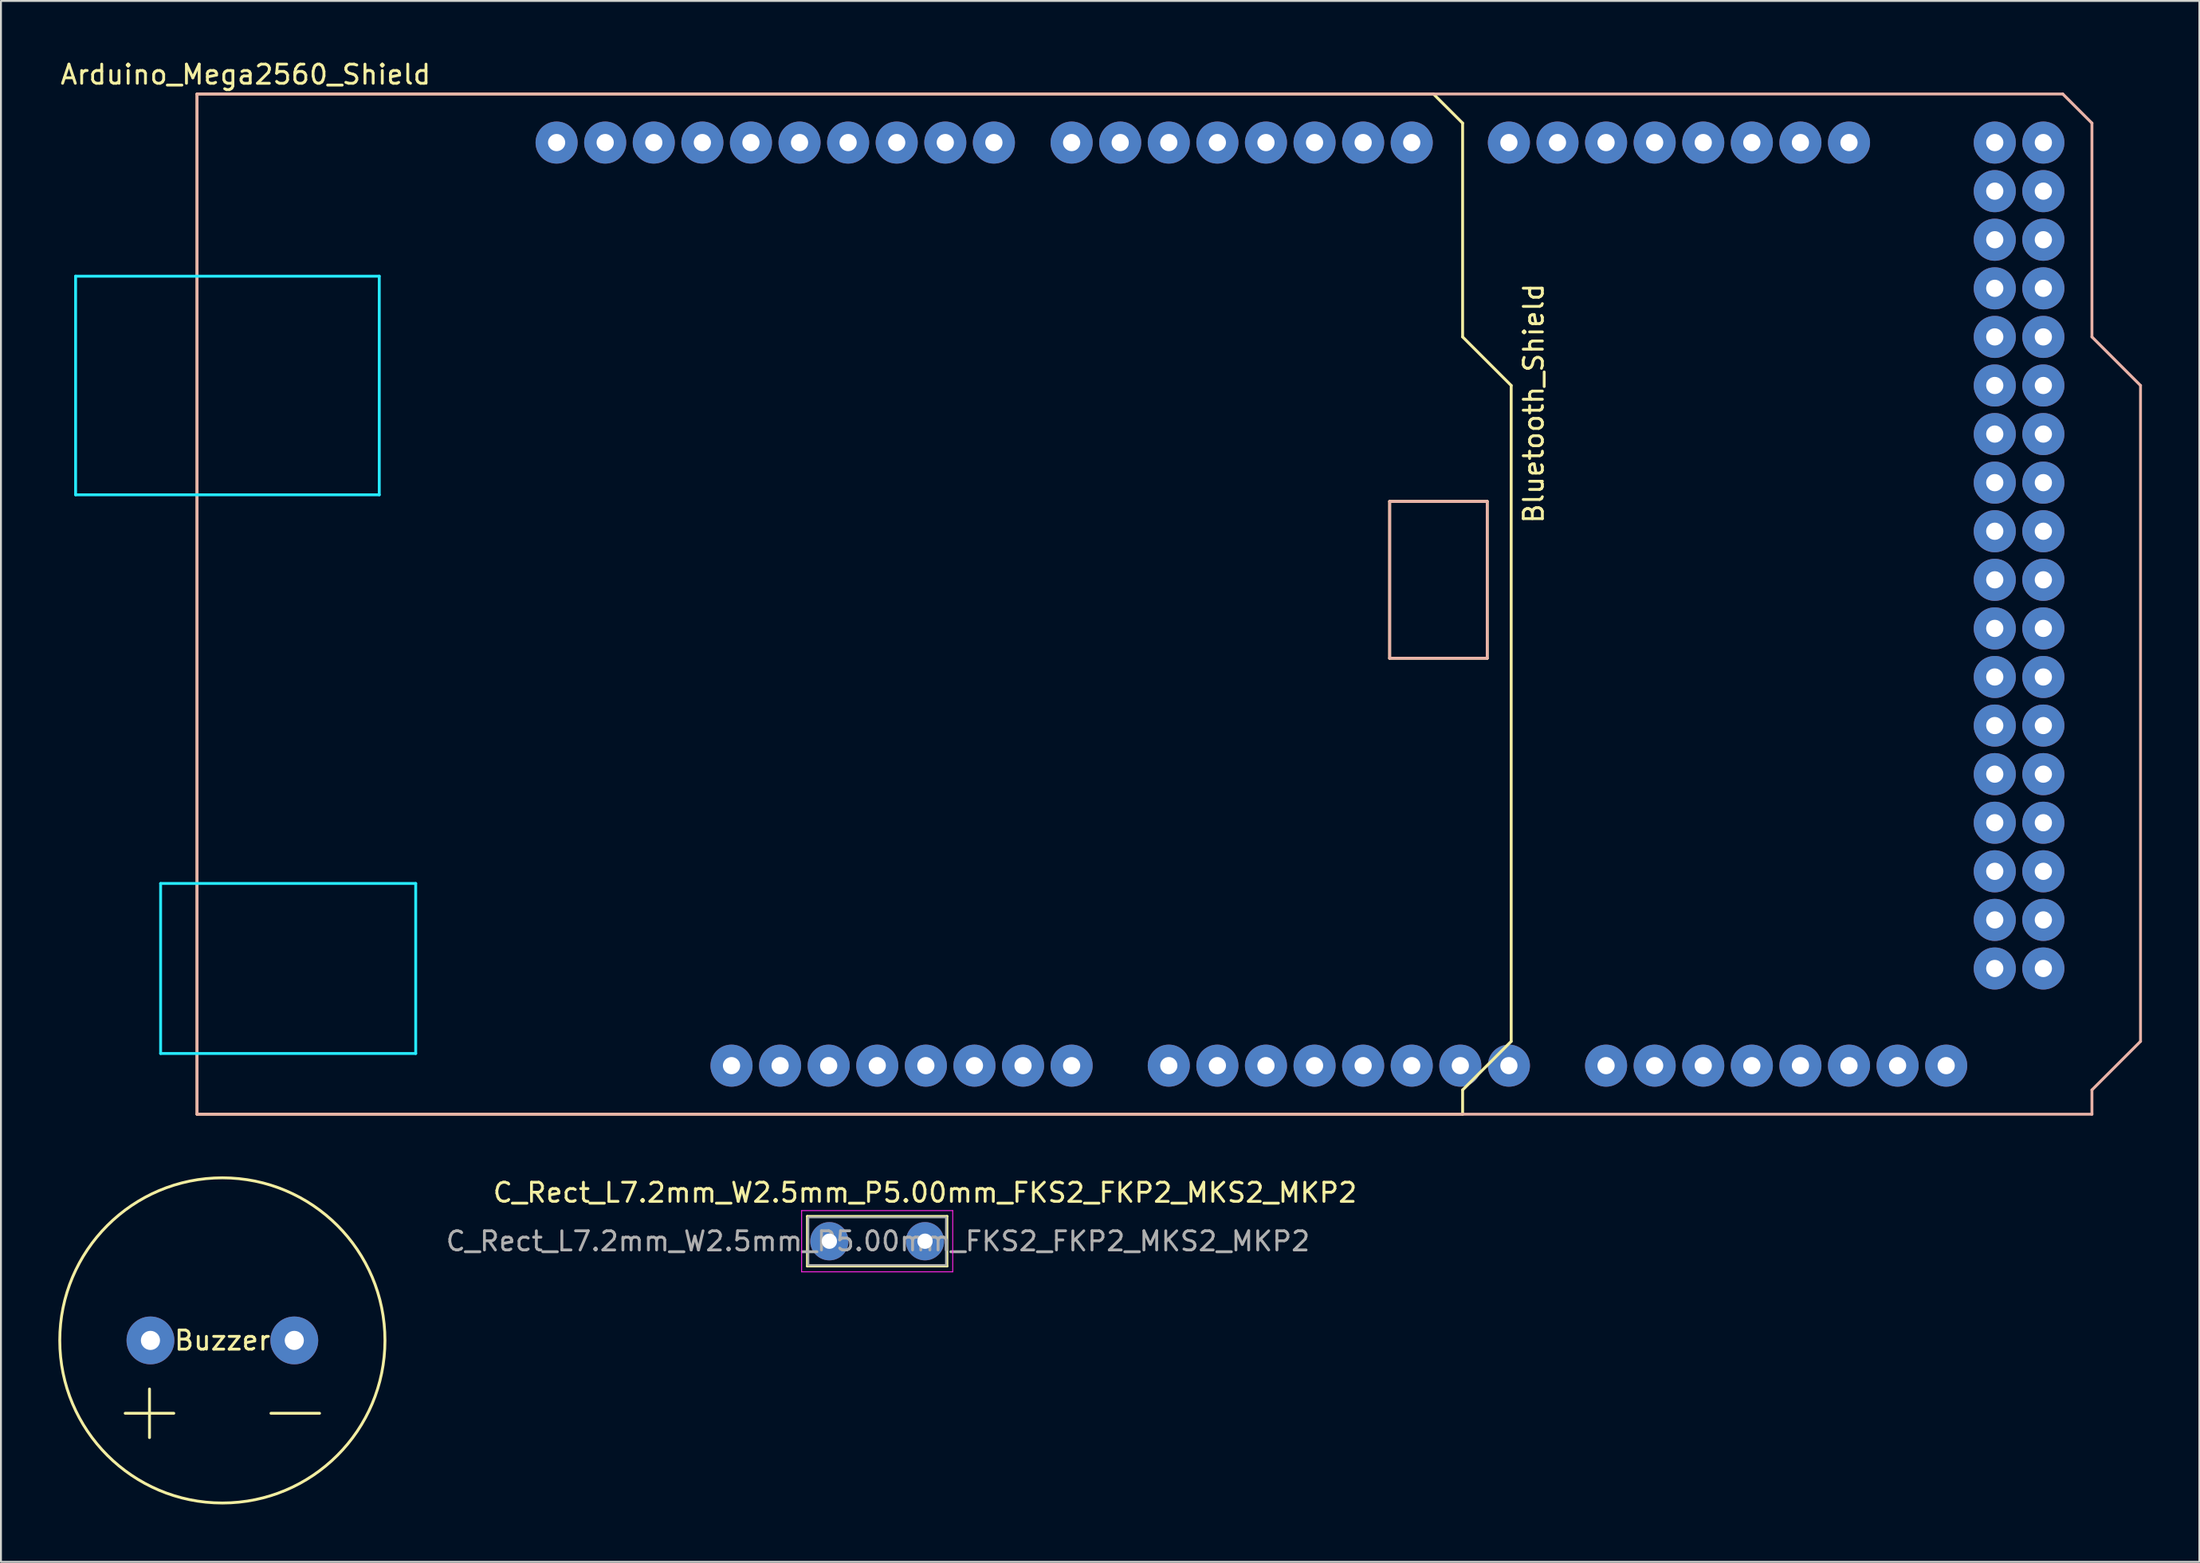
<source format=kicad_pcb>
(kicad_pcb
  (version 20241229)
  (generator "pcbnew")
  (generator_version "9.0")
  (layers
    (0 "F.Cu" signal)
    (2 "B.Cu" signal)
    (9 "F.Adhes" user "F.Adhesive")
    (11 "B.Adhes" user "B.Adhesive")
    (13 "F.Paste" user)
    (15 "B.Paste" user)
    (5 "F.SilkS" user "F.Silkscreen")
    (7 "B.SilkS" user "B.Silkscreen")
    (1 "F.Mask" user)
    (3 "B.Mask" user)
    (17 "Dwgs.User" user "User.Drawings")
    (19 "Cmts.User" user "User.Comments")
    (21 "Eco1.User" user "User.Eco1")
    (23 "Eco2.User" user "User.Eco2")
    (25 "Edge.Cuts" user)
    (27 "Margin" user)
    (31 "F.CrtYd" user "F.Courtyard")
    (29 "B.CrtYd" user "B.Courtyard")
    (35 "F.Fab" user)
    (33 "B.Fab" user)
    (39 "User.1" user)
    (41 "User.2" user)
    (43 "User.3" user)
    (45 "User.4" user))
  (footprint "C_Rect_L7.2mm_W2.5mm_P5.00mm_FKS2_FKP2_MKS2_MKP2"
    (placed yes)
    (layer "F.Cu")
    (at 45.307 61.843)
    (property "Reference" "C_Rect_L7.2mm_W2.5mm_P5.00mm_FKS2_FKP2_MKS2_MKP2" (at 0 -2.54 0) (layer "F.SilkS") (effects (font (size 1 1) (thickness 0.15))))
    (attr through_hole)
    (fp_line (start -6.16 -1.31) (end -6.16 1.31) (stroke (width 0.12) (type solid)) (layer "F.SilkS"))
    (fp_line (start -6.16 -1.31) (end 1.16 -1.31) (stroke (width 0.12) (type solid)) (layer "F.SilkS"))
    (fp_line (start -6.16 1.31) (end 1.16 1.31) (stroke (width 0.12) (type solid)) (layer "F.SilkS"))
    (fp_line (start 1.16 -1.31) (end 1.16 1.31) (stroke (width 0.12) (type solid)) (layer "F.SilkS"))
    (fp_line (start -6.45 -1.6) (end -6.45 1.6) (stroke (width 0.05) (type solid)) (layer "F.CrtYd"))
    (fp_line (start -6.45 1.6) (end 1.45 1.6) (stroke (width 0.05) (type solid)) (layer "F.CrtYd"))
    (fp_line (start 1.45 -1.6) (end -6.45 -1.6) (stroke (width 0.05) (type solid)) (layer "F.CrtYd"))
    (fp_line (start 1.45 1.6) (end 1.45 -1.6) (stroke (width 0.05) (type solid)) (layer "F.CrtYd"))
    (fp_line (start -6.1 -1.25) (end -6.1 1.25) (stroke (width 0.1) (type solid)) (layer "F.Fab"))
    (fp_line (start -6.1 1.25) (end 1.1 1.25) (stroke (width 0.1) (type solid)) (layer "F.Fab"))
    (fp_line (start 1.1 -1.25) (end -6.1 -1.25) (stroke (width 0.1) (type solid)) (layer "F.Fab"))
    (fp_line (start 1.1 1.25) (end 1.1 -1.25) (stroke (width 0.1) (type solid)) (layer "F.Fab"))
    (fp_text user "${REFERENCE}" (at -2.46 0 0) (layer "F.Fab") (effects (font (size 1 1) (thickness 0.15))))
    (pad "1" thru_hole circle (at -5 0) (size 2 2) (drill 0.8) (layers "*.Cu" "*.Mask"))
    (pad "2" thru_hole circle (at 0 0) (size 2 2) (drill 0.8) (layers "*.Cu" "*.Mask")))
  (footprint "Buzzer"
    (layer "F.Cu")
    (at 8.575 67.029)
    (property "Reference" "Buzzer" (at 0 0 0) (layer "F.SilkS") (effects (font (size 1 1) (thickness 0.15))))
    (attr through_hole)
    (fp_line (start -5.08 3.81) (end -2.54 3.81) (stroke (width 0.15) (type solid)) (layer "F.SilkS"))
    (fp_line (start -3.81 2.54) (end -3.81 5.08) (stroke (width 0.15) (type solid)) (layer "F.SilkS"))
    (fp_line (start 2.54 3.81) (end 5.08 3.81) (stroke (width 0.15) (type solid)) (layer "F.SilkS"))
    (fp_circle (center 0 0) (end -8.5 0.05) (stroke (width 0.15) (type solid)) (fill no) (layer "F.SilkS"))
    (pad "1" thru_hole circle (at -3.76 0) (size 2.5 2.5) (drill 1) (layers "*.Cu" "*.Mask"))
    (pad "2" thru_hole circle (at 3.76 0) (size 2.5 2.5) (drill 1) (layers "*.Cu" "*.Mask")))
  (footprint "Arduino_Mega2560_Shield"
    (layer "F.Cu")
    (at 7.252 55.204)
    (property "Reference" "Arduino_Mega2560_Shield" (at 2.54 -54.356 0) (layer "F.SilkS") (effects (font (size 1 1) (thickness 0.15))))
    (attr through_hole)
    (fp_line (start 0 -53.34) (end 0 0) (stroke (width 0.15) (type solid)) (layer "F.SilkS"))
    (fp_line (start 62.347 -32.04) (end 67.447 -32.04) (stroke (width 0.15) (type solid)) (layer "F.SilkS"))
    (fp_line (start 62.347 -23.84) (end 62.347 -32.04) (stroke (width 0.15) (type solid)) (layer "F.SilkS"))
    (fp_line (start 62.347 -23.84) (end 67.447 -23.84) (stroke (width 0.15) (type solid)) (layer "F.SilkS"))
    (fp_line (start 64.636 -53.34) (end 0 -53.34) (stroke (width 0.15) (type solid)) (layer "F.SilkS"))
    (fp_line (start 64.636 -53.34) (end 66.16 -51.816) (stroke (width 0.15) (type solid)) (layer "F.SilkS"))
    (fp_line (start 66.16 -40.64) (end 66.16 -51.816) (stroke (width 0.15) (type solid)) (layer "F.SilkS"))
    (fp_line (start 66.16 -1.27) (end 68.7 -3.81) (stroke (width 0.15) (type solid)) (layer "F.SilkS"))
    (fp_line (start 66.16 0) (end 0 0) (stroke (width 0.15) (type solid)) (layer "F.SilkS"))
    (fp_line (start 66.16 0) (end 66.16 -1.27) (stroke (width 0.15) (type solid)) (layer "F.SilkS"))
    (fp_line (start 67.447 -23.84) (end 67.447 -32.04) (stroke (width 0.15) (type solid)) (layer "F.SilkS"))
    (fp_line (start 68.7 -38.1) (end 66.16 -40.64) (stroke (width 0.15) (type solid)) (layer "F.SilkS"))
    (fp_line (start 68.7 -3.81) (end 68.7 -38.1) (stroke (width 0.15) (type solid)) (layer "F.SilkS"))
    (fp_line (start 0 -53.34) (end 97.536 -53.34) (stroke (width 0.15) (type solid)) (layer "B.SilkS"))
    (fp_line (start 0 0) (end 0 -53.34) (stroke (width 0.15) (type solid)) (layer "B.SilkS"))
    (fp_line (start 0 0) (end 99.06 0) (stroke (width 0.15) (type solid)) (layer "B.SilkS"))
    (fp_line (start 62.347 -32.04) (end 67.447 -32.04) (stroke (width 0.15) (type solid)) (layer "B.SilkS"))
    (fp_line (start 62.347 -23.84) (end 62.347 -32.04) (stroke (width 0.15) (type solid)) (layer "B.SilkS"))
    (fp_line (start 62.347 -23.84) (end 67.447 -23.84) (stroke (width 0.15) (type solid)) (layer "B.SilkS"))
    (fp_line (start 67.447 -23.84) (end 67.447 -32.04) (stroke (width 0.15) (type solid)) (layer "B.SilkS"))
    (fp_line (start 97.536 -53.34) (end 99.06 -51.816) (stroke (width 0.15) (type solid)) (layer "B.SilkS"))
    (fp_line (start 99.06 -40.64) (end 99.06 -51.816) (stroke (width 0.15) (type solid)) (layer "B.SilkS"))
    (fp_line (start 99.06 -1.27) (end 101.6 -3.81) (stroke (width 0.15) (type solid)) (layer "B.SilkS"))
    (fp_line (start 99.06 0) (end 99.06 -1.27) (stroke (width 0.15) (type solid)) (layer "B.SilkS"))
    (fp_line (start 101.6 -38.1) (end 99.06 -40.64) (stroke (width 0.15) (type solid)) (layer "B.SilkS"))
    (fp_line (start 101.6 -3.81) (end 101.6 -38.1) (stroke (width 0.15) (type solid)) (layer "B.SilkS"))
    (fp_line (start -6.35 -43.815) (end -6.35 -32.385) (stroke (width 0.15) (type solid)) (layer "B.CrtYd"))
    (fp_line (start -1.905 -12.065) (end -1.905 -3.175) (stroke (width 0.15) (type solid)) (layer "B.CrtYd"))
    (fp_line (start -1.905 -12.065) (end 11.43 -12.065) (stroke (width 0.15) (type solid)) (layer "B.CrtYd"))
    (fp_line (start -1.905 -3.175) (end 11.43 -3.175) (stroke (width 0.15) (type solid)) (layer "B.CrtYd"))
    (fp_line (start 9.525 -43.815) (end -6.35 -43.815) (stroke (width 0.15) (type solid)) (layer "B.CrtYd"))
    (fp_line (start 9.525 -43.815) (end 9.525 -32.385) (stroke (width 0.15) (type solid)) (layer "B.CrtYd"))
    (fp_line (start 9.525 -32.385) (end -6.35 -32.385) (stroke (width 0.15) (type solid)) (layer "B.CrtYd"))
    (fp_line (start 11.43 -12.065) (end 11.43 -3.175) (stroke (width 0.15) (type solid)) (layer "B.CrtYd"))
    (fp_text user "Bluetooth_Shield" (at 69.875 -37.165 90) (layer "F.SilkS") (effects (font (size 1 1) (thickness 0.15))))
    (pad "" thru_hole circle (at 27.94 -2.54) (size 2.2 2.2) (drill 0.9) (layers "*.Cu" "*.Mask"))
    (pad "3V3" thru_hole circle (at 35.56 -2.54) (size 2.2 2.2) (drill 0.9) (layers "*.Cu" "*.Mask"))
    (pad "5V1" thru_hole circle (at 38.1 -2.54) (size 2.2 2.2) (drill 0.9) (layers "*.Cu" "*.Mask"))
    (pad "5V3" thru_hole circle (at 93.98 -50.8) (size 2.2 2.2) (drill 0.9) (layers "*.Cu" "*.Mask"))
    (pad "5V4" thru_hole circle (at 96.52 -50.8) (size 2.2 2.2) (drill 0.9) (layers "*.Cu" "*.Mask"))
    (pad "A0" thru_hole circle (at 50.8 -2.54) (size 2.2 2.2) (drill 0.9) (layers "*.Cu" "*.Mask"))
    (pad "A1" thru_hole circle (at 53.34 -2.54) (size 2.2 2.2) (drill 0.9) (layers "*.Cu" "*.Mask"))
    (pad "A2" thru_hole circle (at 55.88 -2.54) (size 2.2 2.2) (drill 0.9) (layers "*.Cu" "*.Mask"))
    (pad "A3" thru_hole circle (at 58.42 -2.54) (size 2.2 2.2) (drill 0.9) (layers "*.Cu" "*.Mask"))
    (pad "A4" thru_hole circle (at 60.96 -2.54) (size 2.2 2.2) (drill 0.9) (layers "*.Cu" "*.Mask"))
    (pad "A5" thru_hole circle (at 63.5 -2.54) (size 2.2 2.2) (drill 0.9) (layers "*.Cu" "*.Mask"))
    (pad "A6" thru_hole circle (at 66.04 -2.54) (size 2.2 2.2) (drill 0.9) (layers "*.Cu" "*.Mask"))
    (pad "A7" thru_hole circle (at 68.58 -2.54) (size 2.2 2.2) (drill 0.9) (layers "*.Cu" "*.Mask"))
    (pad "A8" thru_hole circle (at 73.66 -2.54) (size 2.2 2.2) (drill 0.9) (layers "*.Cu" "*.Mask"))
    (pad "A9" thru_hole circle (at 76.2 -2.54) (size 2.2 2.2) (drill 0.9) (layers "*.Cu" "*.Mask"))
    (pad "A10" thru_hole circle (at 78.74 -2.54) (size 2.2 2.2) (drill 0.9) (layers "*.Cu" "*.Mask"))
    (pad "A11" thru_hole circle (at 81.28 -2.54) (size 2.2 2.2) (drill 0.9) (layers "*.Cu" "*.Mask"))
    (pad "A12" thru_hole circle (at 83.82 -2.54) (size 2.2 2.2) (drill 0.9) (layers "*.Cu" "*.Mask"))
    (pad "A13" thru_hole circle (at 86.36 -2.54) (size 2.2 2.2) (drill 0.9) (layers "*.Cu" "*.Mask"))
    (pad "A14" thru_hole circle (at 88.9 -2.54) (size 2.2 2.2) (drill 0.9) (layers "*.Cu" "*.Mask"))
    (pad "A15" thru_hole circle (at 91.44 -2.54) (size 2.2 2.2) (drill 0.9) (layers "*.Cu" "*.Mask"))
    (pad "AREF" thru_hole circle (at 23.876 -50.8) (size 2.2 2.2) (drill 0.9) (layers "*.Cu" "*.Mask"))
    (pad "D0" thru_hole circle (at 63.5 -50.8) (size 2.2 2.2) (drill 0.9) (layers "*.Cu" "*.Mask"))
    (pad "D1" thru_hole circle (at 60.96 -50.8) (size 2.2 2.2) (drill 0.9) (layers "*.Cu" "*.Mask"))
    (pad "D2" thru_hole circle (at 58.42 -50.8) (size 2.2 2.2) (drill 0.9) (layers "*.Cu" "*.Mask"))
    (pad "D3" thru_hole circle (at 55.88 -50.8) (size 2.2 2.2) (drill 0.9) (layers "*.Cu" "*.Mask"))
    (pad "D4" thru_hole circle (at 53.34 -50.8) (size 2.2 2.2) (drill 0.9) (layers "*.Cu" "*.Mask"))
    (pad "D5" thru_hole circle (at 50.8 -50.8) (size 2.2 2.2) (drill 0.9) (layers "*.Cu" "*.Mask"))
    (pad "D6" thru_hole circle (at 48.26 -50.8) (size 2.2 2.2) (drill 0.9) (layers "*.Cu" "*.Mask"))
    (pad "D7" thru_hole circle (at 45.72 -50.8) (size 2.2 2.2) (drill 0.9) (layers "*.Cu" "*.Mask"))
    (pad "D8" thru_hole circle (at 41.656 -50.8) (size 2.2 2.2) (drill 0.9) (layers "*.Cu" "*.Mask"))
    (pad "D9" thru_hole circle (at 39.116 -50.8) (size 2.2 2.2) (drill 0.9) (layers "*.Cu" "*.Mask"))
    (pad "D10" thru_hole circle (at 36.576 -50.8) (size 2.2 2.2) (drill 0.9) (layers "*.Cu" "*.Mask"))
    (pad "D11" thru_hole circle (at 34.036 -50.8) (size 2.2 2.2) (drill 0.9) (layers "*.Cu" "*.Mask"))
    (pad "D12" thru_hole circle (at 31.496 -50.8) (size 2.2 2.2) (drill 0.9) (layers "*.Cu" "*.Mask"))
    (pad "D13" thru_hole circle (at 28.956 -50.8) (size 2.2 2.2) (drill 0.9) (layers "*.Cu" "*.Mask"))
    (pad "D14" thru_hole circle (at 68.58 -50.8) (size 2.2 2.2) (drill 0.9) (layers "*.Cu" "*.Mask"))
    (pad "D15" thru_hole circle (at 71.12 -50.8) (size 2.2 2.2) (drill 0.9) (layers "*.Cu" "*.Mask"))
    (pad "D16" thru_hole circle (at 73.66 -50.8) (size 2.2 2.2) (drill 0.9) (layers "*.Cu" "*.Mask"))
    (pad "D17" thru_hole circle (at 76.2 -50.8) (size 2.2 2.2) (drill 0.9) (layers "*.Cu" "*.Mask"))
    (pad "D18" thru_hole circle (at 78.74 -50.8) (size 2.2 2.2) (drill 0.9) (layers "*.Cu" "*.Mask"))
    (pad "D19" thru_hole circle (at 81.28 -50.8) (size 2.2 2.2) (drill 0.9) (layers "*.Cu" "*.Mask"))
    (pad "D20" thru_hole circle (at 83.82 -50.8) (size 2.2 2.2) (drill 0.9) (layers "*.Cu" "*.Mask"))
    (pad "D21" thru_hole circle (at 86.36 -50.8) (size 2.2 2.2) (drill 0.9) (layers "*.Cu" "*.Mask"))
    (pad "D22" thru_hole circle (at 93.98 -48.26) (size 2.2 2.2) (drill 0.9) (layers "*.Cu" "*.Mask"))
    (pad "D23" thru_hole circle (at 96.52 -48.26) (size 2.2 2.2) (drill 0.9) (layers "*.Cu" "*.Mask"))
    (pad "D24" thru_hole circle (at 93.98 -45.72) (size 2.2 2.2) (drill 0.9) (layers "*.Cu" "*.Mask"))
    (pad "D25" thru_hole circle (at 96.52 -45.72) (size 2.2 2.2) (drill 0.9) (layers "*.Cu" "*.Mask"))
    (pad "D26" thru_hole circle (at 93.98 -43.18) (size 2.2 2.2) (drill 0.9) (layers "*.Cu" "*.Mask"))
    (pad "D27" thru_hole circle (at 96.52 -43.18) (size 2.2 2.2) (drill 0.9) (layers "*.Cu" "*.Mask"))
    (pad "D28" thru_hole circle (at 93.98 -40.64) (size 2.2 2.2) (drill 0.9) (layers "*.Cu" "*.Mask"))
    (pad "D29" thru_hole circle (at 96.52 -40.64) (size 2.2 2.2) (drill 0.9) (layers "*.Cu" "*.Mask"))
    (pad "D30" thru_hole circle (at 93.98 -38.1) (size 2.2 2.2) (drill 0.9) (layers "*.Cu" "*.Mask"))
    (pad "D31" thru_hole circle (at 96.52 -38.1) (size 2.2 2.2) (drill 0.9) (layers "*.Cu" "*.Mask"))
    (pad "D32" thru_hole circle (at 93.98 -35.56) (size 2.2 2.2) (drill 0.9) (layers "*.Cu" "*.Mask"))
    (pad "D33" thru_hole circle (at 96.52 -35.56) (size 2.2 2.2) (drill 0.9) (layers "*.Cu" "*.Mask"))
    (pad "D34" thru_hole circle (at 93.98 -33.02) (size 2.2 2.2) (drill 0.9) (layers "*.Cu" "*.Mask"))
    (pad "D35" thru_hole circle (at 96.52 -33.02) (size 2.2 2.2) (drill 0.9) (layers "*.Cu" "*.Mask"))
    (pad "D36" thru_hole circle (at 93.98 -30.48) (size 2.2 2.2) (drill 0.9) (layers "*.Cu" "*.Mask"))
    (pad "D37" thru_hole circle (at 96.52 -30.48) (size 2.2 2.2) (drill 0.9) (layers "*.Cu" "*.Mask"))
    (pad "D38" thru_hole circle (at 93.98 -27.94) (size 2.2 2.2) (drill 0.9) (layers "*.Cu" "*.Mask"))
    (pad "D39" thru_hole circle (at 96.52 -27.94) (size 2.2 2.2) (drill 0.9) (layers "*.Cu" "*.Mask"))
    (pad "D40" thru_hole circle (at 93.98 -25.4) (size 2.2 2.2) (drill 0.9) (layers "*.Cu" "*.Mask"))
    (pad "D41" thru_hole circle (at 96.52 -25.4) (size 2.2 2.2) (drill 0.9) (layers "*.Cu" "*.Mask"))
    (pad "D42" thru_hole circle (at 93.98 -22.86) (size 2.2 2.2) (drill 0.9) (layers "*.Cu" "*.Mask"))
    (pad "D43" thru_hole circle (at 96.52 -22.86) (size 2.2 2.2) (drill 0.9) (layers "*.Cu" "*.Mask"))
    (pad "D44" thru_hole circle (at 93.98 -20.32) (size 2.2 2.2) (drill 0.9) (layers "*.Cu" "*.Mask"))
    (pad "D45" thru_hole circle (at 96.52 -20.32) (size 2.2 2.2) (drill 0.9) (layers "*.Cu" "*.Mask"))
    (pad "D46" thru_hole circle (at 93.98 -17.78) (size 2.2 2.2) (drill 0.9) (layers "*.Cu" "*.Mask"))
    (pad "D47" thru_hole circle (at 96.52 -17.78) (size 2.2 2.2) (drill 0.9) (layers "*.Cu" "*.Mask"))
    (pad "D48" thru_hole circle (at 93.98 -15.24) (size 2.2 2.2) (drill 0.9) (layers "*.Cu" "*.Mask"))
    (pad "D49" thru_hole circle (at 96.52 -15.24) (size 2.2 2.2) (drill 0.9) (layers "*.Cu" "*.Mask"))
    (pad "D50" thru_hole circle (at 93.98 -12.7) (size 2.2 2.2) (drill 0.9) (layers "*.Cu" "*.Mask"))
    (pad "D51" thru_hole circle (at 96.52 -12.7) (size 2.2 2.2) (drill 0.9) (layers "*.Cu" "*.Mask"))
    (pad "D52" thru_hole circle (at 93.98 -10.16) (size 2.2 2.2) (drill 0.9) (layers "*.Cu" "*.Mask"))
    (pad "D53" thru_hole circle (at 96.52 -10.16) (size 2.2 2.2) (drill 0.9) (layers "*.Cu" "*.Mask"))
    (pad "GND1" thru_hole circle (at 26.416 -50.8) (size 2.2 2.2) (drill 0.9) (layers "*.Cu" "*.Mask"))
    (pad "GND2" thru_hole circle (at 40.64 -2.54) (size 2.2 2.2) (drill 0.9) (layers "*.Cu" "*.Mask"))
    (pad "GND3" thru_hole circle (at 43.18 -2.54) (size 2.2 2.2) (drill 0.9) (layers "*.Cu" "*.Mask"))
    (pad "GND5" thru_hole circle (at 93.98 -7.62) (size 2.2 2.2) (drill 0.9) (layers "*.Cu" "*.Mask"))
    (pad "GND6" thru_hole circle (at 96.52 -7.62) (size 2.2 2.2) (drill 0.9) (layers "*.Cu" "*.Mask"))
    (pad "IORF" thru_hole circle (at 30.48 -2.54) (size 2.2 2.2) (drill 0.9) (layers "*.Cu" "*.Mask"))
    (pad "RST1" thru_hole circle (at 33.02 -2.54) (size 2.2 2.2) (drill 0.9) (layers "*.Cu" "*.Mask"))
    (pad "SCL" thru_hole circle (at 18.796 -50.8) (size 2.2 2.2) (drill 0.9) (layers "*.Cu" "*.Mask"))
    (pad "SDA" thru_hole circle (at 21.336 -50.8) (size 2.2 2.2) (drill 0.9) (layers "*.Cu" "*.Mask"))
    (pad "VIN" thru_hole circle (at 45.72 -2.54) (size 2.2 2.2) (drill 0.9) (layers "*.Cu" "*.Mask")))
  (gr_rect
    (start -3 -3)
    (end 111.927 78.605)
    (stroke (width 0.1) (type default))
    (fill no)
    (layer "Edge.Cuts")))
</source>
